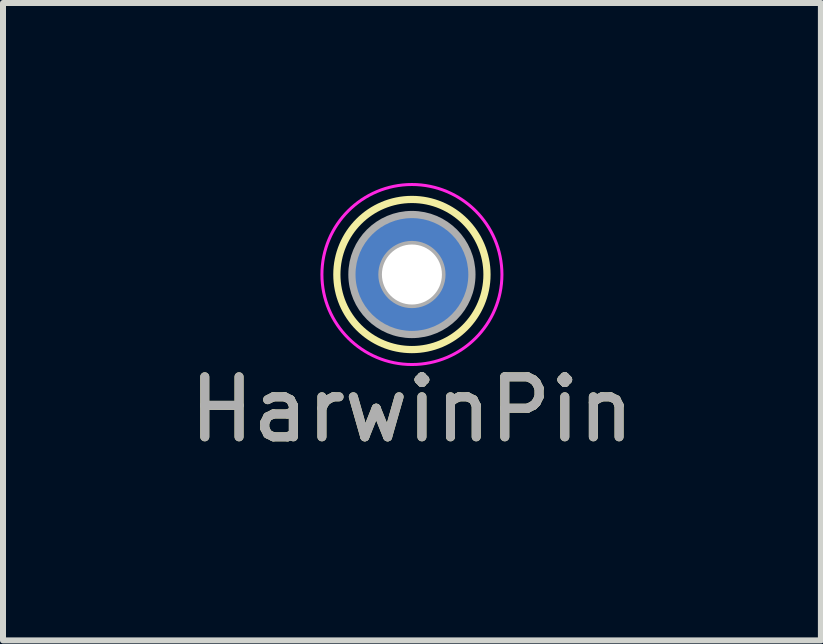
<source format=kicad_pcb>
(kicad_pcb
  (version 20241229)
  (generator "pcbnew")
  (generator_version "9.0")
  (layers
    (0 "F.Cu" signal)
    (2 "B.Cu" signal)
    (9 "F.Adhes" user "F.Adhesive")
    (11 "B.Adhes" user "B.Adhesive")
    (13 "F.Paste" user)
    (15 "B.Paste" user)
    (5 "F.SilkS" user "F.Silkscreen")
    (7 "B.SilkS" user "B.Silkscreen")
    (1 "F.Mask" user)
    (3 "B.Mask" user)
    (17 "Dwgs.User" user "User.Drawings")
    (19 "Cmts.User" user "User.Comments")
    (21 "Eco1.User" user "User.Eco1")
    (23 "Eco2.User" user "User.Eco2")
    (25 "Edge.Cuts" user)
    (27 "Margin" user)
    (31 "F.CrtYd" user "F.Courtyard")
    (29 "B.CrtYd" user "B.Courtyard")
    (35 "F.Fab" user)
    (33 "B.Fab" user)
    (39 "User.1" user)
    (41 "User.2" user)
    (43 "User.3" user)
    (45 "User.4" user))
  (footprint "HarwinPin"
    (layer "F.Cu")
    (at 3.815 1.525)
    (property "Reference" "HarwinPin" (at 0 2.25 0) (layer "F.SilkS") (effects (font (size 1 1) (thickness 0.15))))
    (attr through_hole)
    (fp_circle (center 0 0) (end 1.25 0.05) (stroke (width 0.12) (type solid)) (fill no) (layer "F.SilkS"))
    (fp_circle (center 0 0) (end 1.5 0) (stroke (width 0.05) (type solid)) (fill no) (layer "F.CrtYd"))
    (fp_circle (center 0 0) (end 0.5 0) (stroke (width 0.12) (type solid)) (fill no) (layer "F.Fab"))
    (fp_circle (center 0 0) (end 1 0) (stroke (width 0.12) (type solid)) (fill no) (layer "F.Fab"))
    (fp_text user "${REFERENCE}" (at 0 2.25 0) (layer "F.Fab") (effects (font (size 1 1) (thickness 0.15))))
    (pad "1" thru_hole circle (at 0 0) (size 2 2) (drill 1) (layers "*.Cu" "*.Mask")))
  (gr_rect
    (start -3 -3)
    (end 10.631 7.623)
    (stroke (width 0.1) (type default))
    (fill no)
    (layer "Edge.Cuts")))
</source>
